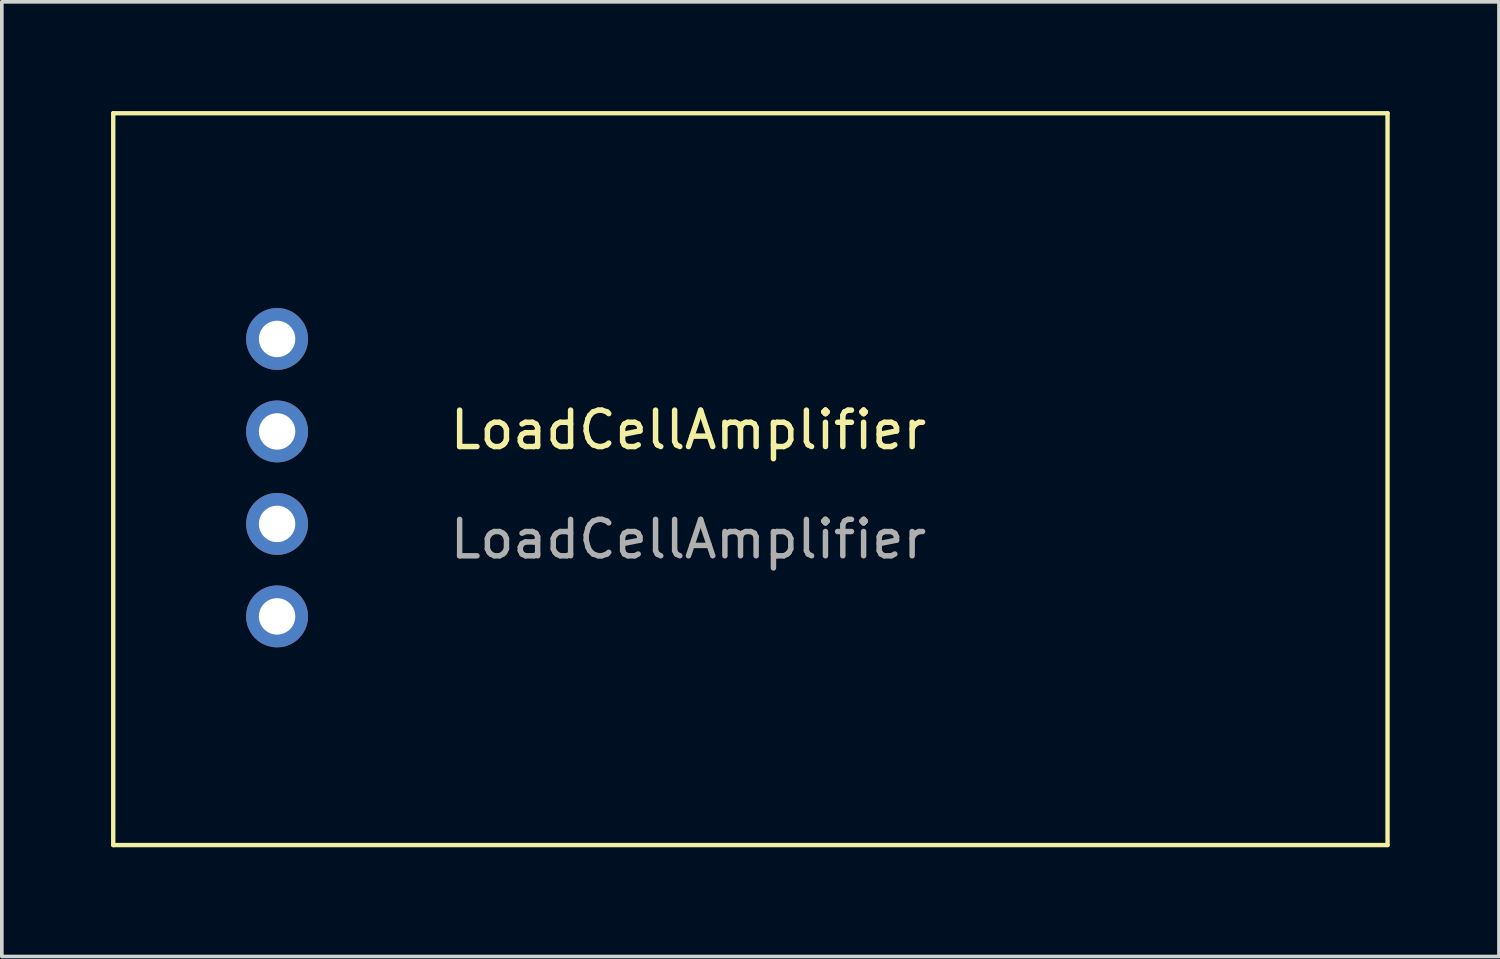
<source format=kicad_pcb>
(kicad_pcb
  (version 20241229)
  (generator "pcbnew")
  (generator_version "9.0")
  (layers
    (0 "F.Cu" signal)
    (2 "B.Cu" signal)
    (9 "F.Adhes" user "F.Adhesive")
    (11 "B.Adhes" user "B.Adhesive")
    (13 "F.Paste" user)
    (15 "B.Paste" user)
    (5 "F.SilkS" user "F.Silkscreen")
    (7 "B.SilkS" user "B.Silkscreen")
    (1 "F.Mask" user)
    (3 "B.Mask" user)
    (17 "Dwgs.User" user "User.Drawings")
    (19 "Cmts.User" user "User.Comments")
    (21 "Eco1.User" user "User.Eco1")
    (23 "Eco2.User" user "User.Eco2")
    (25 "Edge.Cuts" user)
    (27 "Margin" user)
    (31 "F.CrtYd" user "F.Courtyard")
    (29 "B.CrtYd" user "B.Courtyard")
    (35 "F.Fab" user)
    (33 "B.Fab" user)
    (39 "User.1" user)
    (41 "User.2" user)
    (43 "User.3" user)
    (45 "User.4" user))
  (footprint "LoadCellAmplifier"
    (layer "F.Cu")
    (at 4.56 6.26)
    (property "Reference" "LoadCellAmplifier" (at 11.3 2.5 0) (unlocked yes) (layer "F.SilkS") (effects (font (size 1 1) (thickness 0.15))))
    (attr through_hole)
    (fp_line (start -4.5 -6.2) (end -4.5 13.9) (stroke (width 0.12) (type solid)) (layer "F.SilkS"))
    (fp_line (start -4.5 13.9) (end 30.5 13.9) (stroke (width 0.12) (type solid)) (layer "F.SilkS"))
    (fp_line (start 30.5 -6.2) (end -4.5 -6.2) (stroke (width 0.12) (type solid)) (layer "F.SilkS"))
    (fp_line (start 30.5 13.9) (end 30.5 -6.2) (stroke (width 0.12) (type solid)) (layer "F.SilkS"))
    (fp_text user "${REFERENCE}" (at 11.3 5.5 0) (unlocked yes) (layer "F.Fab") (effects (font (size 1 1) (thickness 0.15))))
    (pad "1" thru_hole circle (at 0 0) (size 1.7 1.7) (drill 1) (layers "*.Cu" "*.Mask"))
    (pad "2" thru_hole circle (at 0 2.54) (size 1.7 1.7) (drill 1) (layers "*.Cu" "*.Mask"))
    (pad "3" thru_hole circle (at 0 5.08) (size 1.7 1.7) (drill 1) (layers "*.Cu" "*.Mask"))
    (pad "4" thru_hole circle (at 0 7.62) (size 1.7 1.7) (drill 1) (layers "*.Cu" "*.Mask")))
  (gr_rect
    (start -3 -3)
    (end 38.12 23.22)
    (stroke (width 0.1) (type default))
    (fill no)
    (layer "Edge.Cuts")))
</source>
